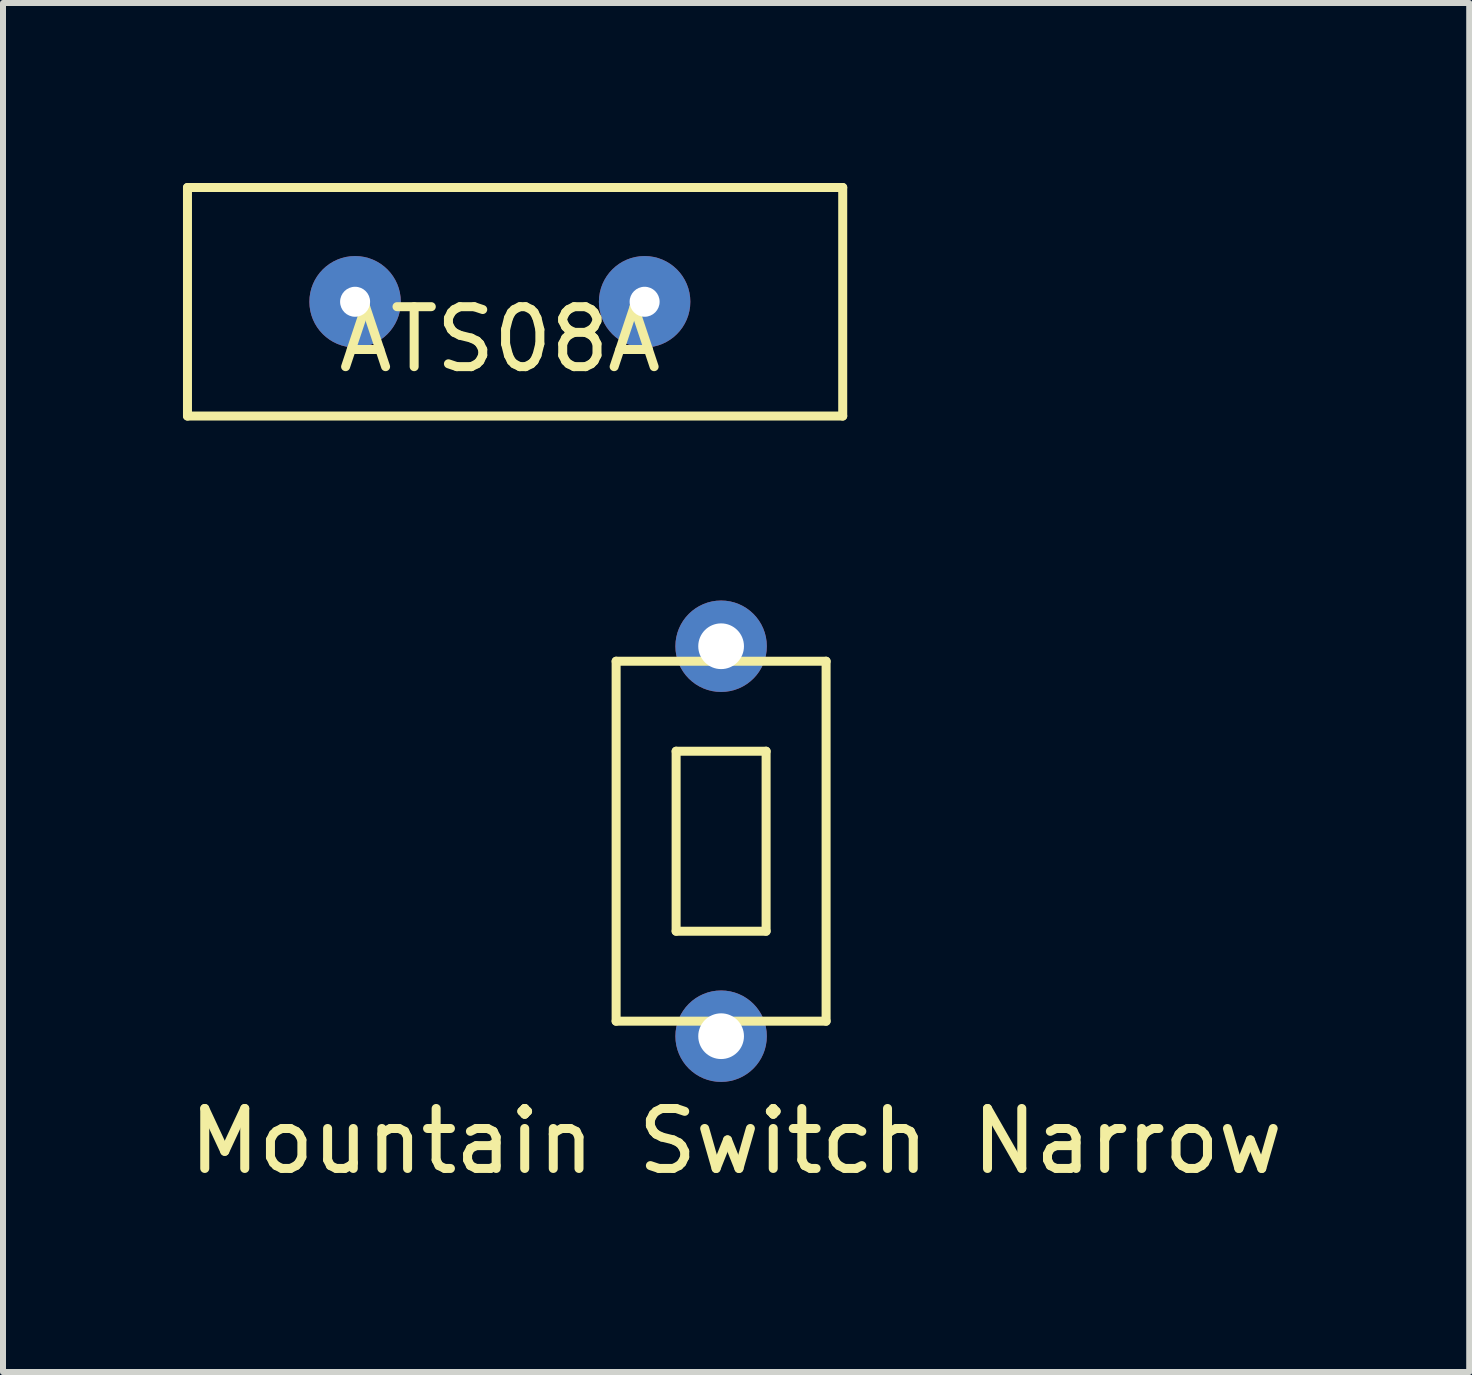
<source format=kicad_pcb>
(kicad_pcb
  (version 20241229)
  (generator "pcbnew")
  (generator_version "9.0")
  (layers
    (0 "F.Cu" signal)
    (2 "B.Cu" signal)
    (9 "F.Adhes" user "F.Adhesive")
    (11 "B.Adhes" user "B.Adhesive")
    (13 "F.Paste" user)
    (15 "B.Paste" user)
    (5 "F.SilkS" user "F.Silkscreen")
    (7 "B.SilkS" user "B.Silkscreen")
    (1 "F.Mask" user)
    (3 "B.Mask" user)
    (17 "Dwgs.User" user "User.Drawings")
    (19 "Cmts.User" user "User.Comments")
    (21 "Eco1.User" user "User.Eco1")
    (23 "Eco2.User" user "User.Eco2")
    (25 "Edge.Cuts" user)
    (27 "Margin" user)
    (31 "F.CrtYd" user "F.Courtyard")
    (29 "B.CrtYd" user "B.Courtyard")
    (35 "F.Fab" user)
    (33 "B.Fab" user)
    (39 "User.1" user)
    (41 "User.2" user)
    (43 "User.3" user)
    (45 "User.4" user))
  (footprint "Mountain Switch Narrow"
    (layer "F.Cu")
    (at 8.97 11.472)
    (property "Reference" "Mountain Switch Narrow" (at 0.25 4.5 0) (layer "F.SilkS") (effects (font (size 1 1) (thickness 0.15))))
    (attr through_hole)
    (fp_line (start -1.75 -3.5) (end -1.75 2.5) (stroke (width 0.15) (type solid)) (layer "F.SilkS"))
    (fp_line (start -1.75 2.5) (end 1.75 2.5) (stroke (width 0.15) (type solid)) (layer "F.SilkS"))
    (fp_line (start -0.75 -2) (end 0.75 -2) (stroke (width 0.15) (type solid)) (layer "F.SilkS"))
    (fp_line (start -0.75 1) (end -0.75 -2) (stroke (width 0.15) (type solid)) (layer "F.SilkS"))
    (fp_line (start 0.75 -2) (end 0.75 1) (stroke (width 0.15) (type solid)) (layer "F.SilkS"))
    (fp_line (start 0.75 1) (end -0.75 1) (stroke (width 0.15) (type solid)) (layer "F.SilkS"))
    (fp_line (start 1.75 -3.5) (end -1.75 -3.5) (stroke (width 0.15) (type solid)) (layer "F.SilkS"))
    (fp_line (start 1.75 2.5) (end 1.75 -3.5) (stroke (width 0.15) (type solid)) (layer "F.SilkS"))
    (pad "1" thru_hole circle (at 0 -3.75) (size 1.524 1.524) (drill 0.762) (layers "*.Cu" "*.Mask"))
    (pad "2" thru_hole circle (at 0 2.75) (size 1.524 1.524) (drill 0.762) (layers "*.Cu" "*.Mask")))
  (footprint "ATS08A"
    (layer "F.Cu")
    (at 5.282 1.98)
    (property "Reference" "ATS08A" (at 0 0.627 0) (layer "F.SilkS") (effects (font (size 1 1) (thickness 0.15))))
    (attr through_hole)
    (fp_line (start -5.207 -1.905) (end -5.207 1.905) (stroke (width 0.15) (type solid)) (layer "F.SilkS"))
    (fp_line (start -5.207 1.905) (end 5.715 1.905) (stroke (width 0.15) (type solid)) (layer "F.SilkS"))
    (fp_line (start 5.715 -1.905) (end -5.207 -1.905) (stroke (width 0.15) (type solid)) (layer "F.SilkS"))
    (fp_line (start 5.715 1.905) (end 5.715 -1.905) (stroke (width 0.15) (type solid)) (layer "F.SilkS"))
    (pad "1" thru_hole circle (at -2.413 0) (size 1.524 1.524) (drill 0.5) (layers "*.Cu" "*.Mask"))
    (pad "2" thru_hole circle (at 2.413 0) (size 1.524 1.524) (drill 0.5) (layers "*.Cu" "*.Mask")))
  (gr_rect
    (start -3 -3)
    (end 21.44 19.82)
    (stroke (width 0.1) (type default))
    (fill no)
    (layer "Edge.Cuts")))
</source>
